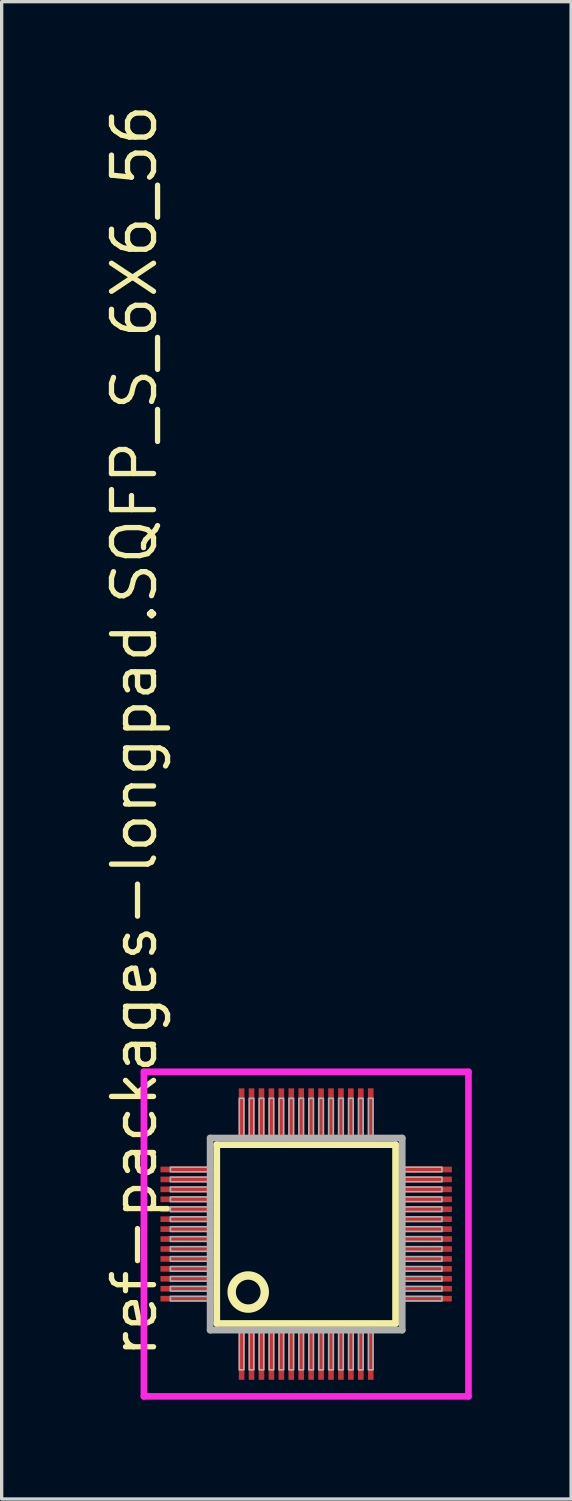
<source format=kicad_pcb>
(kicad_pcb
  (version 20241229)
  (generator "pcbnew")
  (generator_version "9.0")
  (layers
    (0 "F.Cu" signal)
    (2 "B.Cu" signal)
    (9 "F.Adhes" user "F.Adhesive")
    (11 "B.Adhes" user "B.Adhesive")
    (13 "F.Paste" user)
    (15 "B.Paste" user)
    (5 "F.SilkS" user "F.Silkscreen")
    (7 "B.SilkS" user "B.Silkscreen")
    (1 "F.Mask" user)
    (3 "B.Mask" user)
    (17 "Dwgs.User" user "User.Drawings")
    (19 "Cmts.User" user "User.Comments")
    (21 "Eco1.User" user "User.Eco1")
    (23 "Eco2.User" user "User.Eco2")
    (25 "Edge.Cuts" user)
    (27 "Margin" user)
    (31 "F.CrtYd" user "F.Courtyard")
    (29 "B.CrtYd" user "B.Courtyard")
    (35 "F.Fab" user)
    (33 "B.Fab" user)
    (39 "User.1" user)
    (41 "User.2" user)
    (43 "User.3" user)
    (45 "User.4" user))
  (footprint "ref-packages-longpad.SQFP_S_6X6_56"
    (layer "F.Cu")
    (at 6.195 34.214)
    (property "Reference" "ref-packages-longpad.SQFP_S_6X6_56" (at -4.445 3.81 90) (layer "F.SilkS") (effects (font (size 1.27 1.27) (thickness 0.16)) (justify left bottom)))
    (attr smd)
    (fp_line (start -2.7 -2.7) (end 2.7 -2.7) (stroke (width 0.203) (type default)) (layer "F.SilkS"))
    (fp_line (start -2.7 2.7) (end -2.7 -2.7) (stroke (width 0.203) (type default)) (layer "F.SilkS"))
    (fp_line (start 2.7 -2.7) (end 2.7 2.7) (stroke (width 0.203) (type default)) (layer "F.SilkS"))
    (fp_line (start 2.7 2.7) (end -2.7 2.7) (stroke (width 0.203) (type default)) (layer "F.SilkS"))
    (fp_circle (center -1.75 1.75) (end -1.25 1.75) (stroke (width 0.254) (type default)) (fill no) (layer "F.SilkS"))
    (fp_line (start -4.9 -4.9) (end 4.9 -4.9) (stroke (width 0.2) (type default)) (layer "F.CrtYd"))
    (fp_line (start -4.9 4.9) (end -4.9 -4.9) (stroke (width 0.2) (type default)) (layer "F.CrtYd"))
    (fp_line (start 4.9 -4.9) (end 4.9 4.9) (stroke (width 0.2) (type default)) (layer "F.CrtYd"))
    (fp_line (start 4.9 4.9) (end -4.9 4.9) (stroke (width 0.2) (type default)) (layer "F.CrtYd"))
    (fp_line (start -2.9 -2.9) (end -2.9 2.9) (stroke (width 0.203) (type default)) (layer "F.Fab"))
    (fp_line (start -2.9 2.9) (end 2.9 2.9) (stroke (width 0.203) (type default)) (layer "F.Fab"))
    (fp_line (start 2.9 -2.9) (end -2.9 -2.9) (stroke (width 0.203) (type default)) (layer "F.Fab"))
    (fp_line (start 2.9 2.9) (end 2.9 -2.9) (stroke (width 0.203) (type default)) (layer "F.Fab"))
    (fp_rect (start -4.1 -1.88) (end -2.95 -2.02) (stroke (width 0.05) (type default)) (fill no) (layer "F.Fab"))
    (fp_rect (start -4.1 -1.58) (end -2.95 -1.72) (stroke (width 0.05) (type default)) (fill no) (layer "F.Fab"))
    (fp_rect (start -4.1 -1.28) (end -2.95 -1.42) (stroke (width 0.05) (type default)) (fill no) (layer "F.Fab"))
    (fp_rect (start -4.1 -0.98) (end -2.95 -1.12) (stroke (width 0.05) (type default)) (fill no) (layer "F.Fab"))
    (fp_rect (start -4.1 -0.68) (end -2.95 -0.82) (stroke (width 0.05) (type default)) (fill no) (layer "F.Fab"))
    (fp_rect (start -4.1 -0.38) (end -2.95 -0.52) (stroke (width 0.05) (type default)) (fill no) (layer "F.Fab"))
    (fp_rect (start -4.1 -0.08) (end -2.95 -0.22) (stroke (width 0.05) (type default)) (fill no) (layer "F.Fab"))
    (fp_rect (start -4.1 0.22) (end -2.95 0.08) (stroke (width 0.05) (type default)) (fill no) (layer "F.Fab"))
    (fp_rect (start -4.1 0.52) (end -2.95 0.38) (stroke (width 0.05) (type default)) (fill no) (layer "F.Fab"))
    (fp_rect (start -4.1 0.82) (end -2.95 0.68) (stroke (width 0.05) (type default)) (fill no) (layer "F.Fab"))
    (fp_rect (start -4.1 1.12) (end -2.95 0.98) (stroke (width 0.05) (type default)) (fill no) (layer "F.Fab"))
    (fp_rect (start -4.1 1.42) (end -2.95 1.28) (stroke (width 0.05) (type default)) (fill no) (layer "F.Fab"))
    (fp_rect (start -4.1 1.72) (end -2.95 1.58) (stroke (width 0.05) (type default)) (fill no) (layer "F.Fab"))
    (fp_rect (start -4.1 2.02) (end -2.95 1.88) (stroke (width 0.05) (type default)) (fill no) (layer "F.Fab"))
    (fp_rect (start -2.02 -2.95) (end -1.88 -4.1) (stroke (width 0.05) (type default)) (fill no) (layer "F.Fab"))
    (fp_rect (start -2.02 4.1) (end -1.88 2.95) (stroke (width 0.05) (type default)) (fill no) (layer "F.Fab"))
    (fp_rect (start -1.72 -2.95) (end -1.58 -4.1) (stroke (width 0.05) (type default)) (fill no) (layer "F.Fab"))
    (fp_rect (start -1.72 4.1) (end -1.58 2.95) (stroke (width 0.05) (type default)) (fill no) (layer "F.Fab"))
    (fp_rect (start -1.42 -2.95) (end -1.28 -4.1) (stroke (width 0.05) (type default)) (fill no) (layer "F.Fab"))
    (fp_rect (start -1.42 4.1) (end -1.28 2.95) (stroke (width 0.05) (type default)) (fill no) (layer "F.Fab"))
    (fp_rect (start -1.12 -2.95) (end -0.98 -4.1) (stroke (width 0.05) (type default)) (fill no) (layer "F.Fab"))
    (fp_rect (start -1.12 4.1) (end -0.98 2.95) (stroke (width 0.05) (type default)) (fill no) (layer "F.Fab"))
    (fp_rect (start -0.82 -2.95) (end -0.68 -4.1) (stroke (width 0.05) (type default)) (fill no) (layer "F.Fab"))
    (fp_rect (start -0.82 4.1) (end -0.68 2.95) (stroke (width 0.05) (type default)) (fill no) (layer "F.Fab"))
    (fp_rect (start -0.52 -2.95) (end -0.38 -4.1) (stroke (width 0.05) (type default)) (fill no) (layer "F.Fab"))
    (fp_rect (start -0.52 4.1) (end -0.38 2.95) (stroke (width 0.05) (type default)) (fill no) (layer "F.Fab"))
    (fp_rect (start -0.22 -2.95) (end -0.08 -4.1) (stroke (width 0.05) (type default)) (fill no) (layer "F.Fab"))
    (fp_rect (start -0.22 4.1) (end -0.08 2.95) (stroke (width 0.05) (type default)) (fill no) (layer "F.Fab"))
    (fp_rect (start 0.08 -2.95) (end 0.22 -4.1) (stroke (width 0.05) (type default)) (fill no) (layer "F.Fab"))
    (fp_rect (start 0.08 4.1) (end 0.22 2.95) (stroke (width 0.05) (type default)) (fill no) (layer "F.Fab"))
    (fp_rect (start 0.38 -2.95) (end 0.52 -4.1) (stroke (width 0.05) (type default)) (fill no) (layer "F.Fab"))
    (fp_rect (start 0.38 4.1) (end 0.52 2.95) (stroke (width 0.05) (type default)) (fill no) (layer "F.Fab"))
    (fp_rect (start 0.68 -2.95) (end 0.82 -4.1) (stroke (width 0.05) (type default)) (fill no) (layer "F.Fab"))
    (fp_rect (start 0.68 4.1) (end 0.82 2.95) (stroke (width 0.05) (type default)) (fill no) (layer "F.Fab"))
    (fp_rect (start 0.98 -2.95) (end 1.12 -4.1) (stroke (width 0.05) (type default)) (fill no) (layer "F.Fab"))
    (fp_rect (start 0.98 4.1) (end 1.12 2.95) (stroke (width 0.05) (type default)) (fill no) (layer "F.Fab"))
    (fp_rect (start 1.28 -2.95) (end 1.42 -4.1) (stroke (width 0.05) (type default)) (fill no) (layer "F.Fab"))
    (fp_rect (start 1.28 4.1) (end 1.42 2.95) (stroke (width 0.05) (type default)) (fill no) (layer "F.Fab"))
    (fp_rect (start 1.58 -2.95) (end 1.72 -4.1) (stroke (width 0.05) (type default)) (fill no) (layer "F.Fab"))
    (fp_rect (start 1.58 4.1) (end 1.72 2.95) (stroke (width 0.05) (type default)) (fill no) (layer "F.Fab"))
    (fp_rect (start 1.88 -2.95) (end 2.02 -4.1) (stroke (width 0.05) (type default)) (fill no) (layer "F.Fab"))
    (fp_rect (start 1.88 4.1) (end 2.02 2.95) (stroke (width 0.05) (type default)) (fill no) (layer "F.Fab"))
    (fp_rect (start 2.95 -1.88) (end 4.1 -2.02) (stroke (width 0.05) (type default)) (fill no) (layer "F.Fab"))
    (fp_rect (start 2.95 -1.58) (end 4.1 -1.72) (stroke (width 0.05) (type default)) (fill no) (layer "F.Fab"))
    (fp_rect (start 2.95 -1.28) (end 4.1 -1.42) (stroke (width 0.05) (type default)) (fill no) (layer "F.Fab"))
    (fp_rect (start 2.95 -0.98) (end 4.1 -1.12) (stroke (width 0.05) (type default)) (fill no) (layer "F.Fab"))
    (fp_rect (start 2.95 -0.68) (end 4.1 -0.82) (stroke (width 0.05) (type default)) (fill no) (layer "F.Fab"))
    (fp_rect (start 2.95 -0.38) (end 4.1 -0.52) (stroke (width 0.05) (type default)) (fill no) (layer "F.Fab"))
    (fp_rect (start 2.95 -0.08) (end 4.1 -0.22) (stroke (width 0.05) (type default)) (fill no) (layer "F.Fab"))
    (fp_rect (start 2.95 0.22) (end 4.1 0.08) (stroke (width 0.05) (type default)) (fill no) (layer "F.Fab"))
    (fp_rect (start 2.95 0.52) (end 4.1 0.38) (stroke (width 0.05) (type default)) (fill no) (layer "F.Fab"))
    (fp_rect (start 2.95 0.82) (end 4.1 0.68) (stroke (width 0.05) (type default)) (fill no) (layer "F.Fab"))
    (fp_rect (start 2.95 1.12) (end 4.1 0.98) (stroke (width 0.05) (type default)) (fill no) (layer "F.Fab"))
    (fp_rect (start 2.95 1.42) (end 4.1 1.28) (stroke (width 0.05) (type default)) (fill no) (layer "F.Fab"))
    (fp_rect (start 2.95 1.72) (end 4.1 1.58) (stroke (width 0.05) (type default)) (fill no) (layer "F.Fab"))
    (fp_rect (start 2.95 2.02) (end 4.1 1.88) (stroke (width 0.05) (type default)) (fill no) (layer "F.Fab"))
    (pad "1" smd roundrect (at -1.95 3.6) (size 0.17 1.6) (layers "F.Cu" "F.Mask" "F.Paste") (roundrect_rratio 0.01))
    (pad "2" smd roundrect (at -1.65 3.6) (size 0.17 1.6) (layers "F.Cu" "F.Mask" "F.Paste") (roundrect_rratio 0.01))
    (pad "3" smd roundrect (at -1.35 3.6) (size 0.17 1.6) (layers "F.Cu" "F.Mask" "F.Paste") (roundrect_rratio 0.01))
    (pad "4" smd roundrect (at -1.05 3.6) (size 0.17 1.6) (layers "F.Cu" "F.Mask" "F.Paste") (roundrect_rratio 0.01))
    (pad "5" smd roundrect (at -0.75 3.6) (size 0.17 1.6) (layers "F.Cu" "F.Mask" "F.Paste") (roundrect_rratio 0.01))
    (pad "6" smd roundrect (at -0.45 3.6) (size 0.17 1.6) (layers "F.Cu" "F.Mask" "F.Paste") (roundrect_rratio 0.01))
    (pad "7" smd roundrect (at -0.15 3.6) (size 0.17 1.6) (layers "F.Cu" "F.Mask" "F.Paste") (roundrect_rratio 0.01))
    (pad "8" smd roundrect (at 0.15 3.6) (size 0.17 1.6) (layers "F.Cu" "F.Mask" "F.Paste") (roundrect_rratio 0.01))
    (pad "9" smd roundrect (at 0.45 3.6) (size 0.17 1.6) (layers "F.Cu" "F.Mask" "F.Paste") (roundrect_rratio 0.01))
    (pad "10" smd roundrect (at 0.75 3.6) (size 0.17 1.6) (layers "F.Cu" "F.Mask" "F.Paste") (roundrect_rratio 0.01))
    (pad "11" smd roundrect (at 1.05 3.6) (size 0.17 1.6) (layers "F.Cu" "F.Mask" "F.Paste") (roundrect_rratio 0.01))
    (pad "12" smd roundrect (at 1.35 3.6) (size 0.17 1.6) (layers "F.Cu" "F.Mask" "F.Paste") (roundrect_rratio 0.01))
    (pad "13" smd roundrect (at 1.65 3.6) (size 0.17 1.6) (layers "F.Cu" "F.Mask" "F.Paste") (roundrect_rratio 0.01))
    (pad "14" smd roundrect (at 1.95 3.6) (size 0.17 1.6) (layers "F.Cu" "F.Mask" "F.Paste") (roundrect_rratio 0.01))
    (pad "15" smd roundrect (at 3.6 1.95) (size 1.6 0.17) (layers "F.Cu" "F.Mask" "F.Paste") (roundrect_rratio 0.01))
    (pad "16" smd roundrect (at 3.6 1.65) (size 1.6 0.17) (layers "F.Cu" "F.Mask" "F.Paste") (roundrect_rratio 0.01))
    (pad "17" smd roundrect (at 3.6 1.35) (size 1.6 0.17) (layers "F.Cu" "F.Mask" "F.Paste") (roundrect_rratio 0.01))
    (pad "18" smd roundrect (at 3.6 1.05) (size 1.6 0.17) (layers "F.Cu" "F.Mask" "F.Paste") (roundrect_rratio 0.01))
    (pad "19" smd roundrect (at 3.6 0.75) (size 1.6 0.17) (layers "F.Cu" "F.Mask" "F.Paste") (roundrect_rratio 0.01))
    (pad "20" smd roundrect (at 3.6 0.45) (size 1.6 0.17) (layers "F.Cu" "F.Mask" "F.Paste") (roundrect_rratio 0.01))
    (pad "21" smd roundrect (at 3.6 0.15) (size 1.6 0.17) (layers "F.Cu" "F.Mask" "F.Paste") (roundrect_rratio 0.01))
    (pad "22" smd roundrect (at 3.6 -0.15) (size 1.6 0.17) (layers "F.Cu" "F.Mask" "F.Paste") (roundrect_rratio 0.01))
    (pad "23" smd roundrect (at 3.6 -0.45) (size 1.6 0.17) (layers "F.Cu" "F.Mask" "F.Paste") (roundrect_rratio 0.01))
    (pad "24" smd roundrect (at 3.6 -0.75) (size 1.6 0.17) (layers "F.Cu" "F.Mask" "F.Paste") (roundrect_rratio 0.01))
    (pad "25" smd roundrect (at 3.6 -1.05) (size 1.6 0.17) (layers "F.Cu" "F.Mask" "F.Paste") (roundrect_rratio 0.01))
    (pad "26" smd roundrect (at 3.6 -1.35) (size 1.6 0.17) (layers "F.Cu" "F.Mask" "F.Paste") (roundrect_rratio 0.01))
    (pad "27" smd roundrect (at 3.6 -1.65) (size 1.6 0.17) (layers "F.Cu" "F.Mask" "F.Paste") (roundrect_rratio 0.01))
    (pad "28" smd roundrect (at 3.6 -1.95) (size 1.6 0.17) (layers "F.Cu" "F.Mask" "F.Paste") (roundrect_rratio 0.01))
    (pad "29" smd roundrect (at 1.95 -3.6) (size 0.17 1.6) (layers "F.Cu" "F.Mask" "F.Paste") (roundrect_rratio 0.01))
    (pad "30" smd roundrect (at 1.65 -3.6) (size 0.17 1.6) (layers "F.Cu" "F.Mask" "F.Paste") (roundrect_rratio 0.01))
    (pad "31" smd roundrect (at 1.35 -3.6) (size 0.17 1.6) (layers "F.Cu" "F.Mask" "F.Paste") (roundrect_rratio 0.01))
    (pad "32" smd roundrect (at 1.05 -3.6) (size 0.17 1.6) (layers "F.Cu" "F.Mask" "F.Paste") (roundrect_rratio 0.01))
    (pad "33" smd roundrect (at 0.75 -3.6) (size 0.17 1.6) (layers "F.Cu" "F.Mask" "F.Paste") (roundrect_rratio 0.01))
    (pad "34" smd roundrect (at 0.45 -3.6) (size 0.17 1.6) (layers "F.Cu" "F.Mask" "F.Paste") (roundrect_rratio 0.01))
    (pad "35" smd roundrect (at 0.15 -3.6) (size 0.17 1.6) (layers "F.Cu" "F.Mask" "F.Paste") (roundrect_rratio 0.01))
    (pad "36" smd roundrect (at -0.15 -3.6) (size 0.17 1.6) (layers "F.Cu" "F.Mask" "F.Paste") (roundrect_rratio 0.01))
    (pad "37" smd roundrect (at -0.45 -3.6) (size 0.17 1.6) (layers "F.Cu" "F.Mask" "F.Paste") (roundrect_rratio 0.01))
    (pad "38" smd roundrect (at -0.75 -3.6) (size 0.17 1.6) (layers "F.Cu" "F.Mask" "F.Paste") (roundrect_rratio 0.01))
    (pad "39" smd roundrect (at -1.05 -3.6) (size 0.17 1.6) (layers "F.Cu" "F.Mask" "F.Paste") (roundrect_rratio 0.01))
    (pad "40" smd roundrect (at -1.35 -3.6) (size 0.17 1.6) (layers "F.Cu" "F.Mask" "F.Paste") (roundrect_rratio 0.01))
    (pad "41" smd roundrect (at -1.65 -3.6) (size 0.17 1.6) (layers "F.Cu" "F.Mask" "F.Paste") (roundrect_rratio 0.01))
    (pad "42" smd roundrect (at -1.95 -3.6) (size 0.17 1.6) (layers "F.Cu" "F.Mask" "F.Paste") (roundrect_rratio 0.01))
    (pad "43" smd roundrect (at -3.6 -1.95) (size 1.6 0.17) (layers "F.Cu" "F.Mask" "F.Paste") (roundrect_rratio 0.01))
    (pad "44" smd roundrect (at -3.6 -1.65) (size 1.6 0.17) (layers "F.Cu" "F.Mask" "F.Paste") (roundrect_rratio 0.01))
    (pad "45" smd roundrect (at -3.6 -1.35) (size 1.6 0.17) (layers "F.Cu" "F.Mask" "F.Paste") (roundrect_rratio 0.01))
    (pad "46" smd roundrect (at -3.6 -1.05) (size 1.6 0.17) (layers "F.Cu" "F.Mask" "F.Paste") (roundrect_rratio 0.01))
    (pad "47" smd roundrect (at -3.6 -0.75) (size 1.6 0.17) (layers "F.Cu" "F.Mask" "F.Paste") (roundrect_rratio 0.01))
    (pad "48" smd roundrect (at -3.6 -0.45) (size 1.6 0.17) (layers "F.Cu" "F.Mask" "F.Paste") (roundrect_rratio 0.01))
    (pad "49" smd roundrect (at -3.6 -0.15) (size 1.6 0.17) (layers "F.Cu" "F.Mask" "F.Paste") (roundrect_rratio 0.01))
    (pad "50" smd roundrect (at -3.6 0.15) (size 1.6 0.17) (layers "F.Cu" "F.Mask" "F.Paste") (roundrect_rratio 0.01))
    (pad "51" smd roundrect (at -3.6 0.45) (size 1.6 0.17) (layers "F.Cu" "F.Mask" "F.Paste") (roundrect_rratio 0.01))
    (pad "52" smd roundrect (at -3.6 0.75) (size 1.6 0.17) (layers "F.Cu" "F.Mask" "F.Paste") (roundrect_rratio 0.01))
    (pad "53" smd roundrect (at -3.6 1.05) (size 1.6 0.17) (layers "F.Cu" "F.Mask" "F.Paste") (roundrect_rratio 0.01))
    (pad "54" smd roundrect (at -3.6 1.35) (size 1.6 0.17) (layers "F.Cu" "F.Mask" "F.Paste") (roundrect_rratio 0.01))
    (pad "55" smd roundrect (at -3.6 1.65) (size 1.6 0.17) (layers "F.Cu" "F.Mask" "F.Paste") (roundrect_rratio 0.01))
    (pad "56" smd roundrect (at -3.6 1.95) (size 1.6 0.17) (layers "F.Cu" "F.Mask" "F.Paste") (roundrect_rratio 0.01)))
  (gr_rect
    (start -3 -3)
    (end 14.195 42.214)
    (stroke (width 0.1) (type default))
    (fill no)
    (layer "Edge.Cuts")))
</source>
